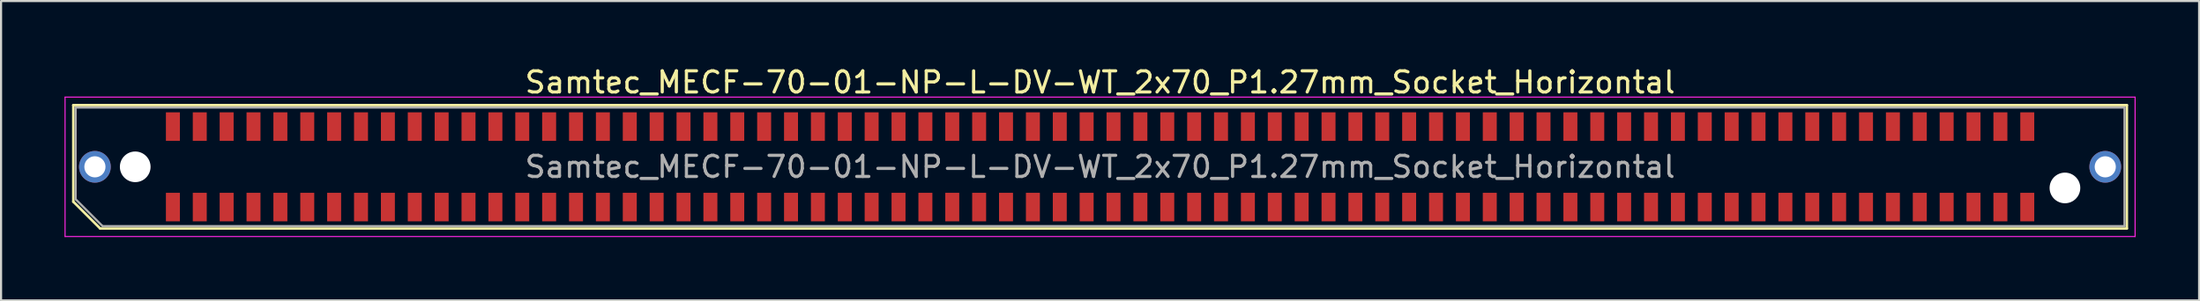
<source format=kicad_pcb>
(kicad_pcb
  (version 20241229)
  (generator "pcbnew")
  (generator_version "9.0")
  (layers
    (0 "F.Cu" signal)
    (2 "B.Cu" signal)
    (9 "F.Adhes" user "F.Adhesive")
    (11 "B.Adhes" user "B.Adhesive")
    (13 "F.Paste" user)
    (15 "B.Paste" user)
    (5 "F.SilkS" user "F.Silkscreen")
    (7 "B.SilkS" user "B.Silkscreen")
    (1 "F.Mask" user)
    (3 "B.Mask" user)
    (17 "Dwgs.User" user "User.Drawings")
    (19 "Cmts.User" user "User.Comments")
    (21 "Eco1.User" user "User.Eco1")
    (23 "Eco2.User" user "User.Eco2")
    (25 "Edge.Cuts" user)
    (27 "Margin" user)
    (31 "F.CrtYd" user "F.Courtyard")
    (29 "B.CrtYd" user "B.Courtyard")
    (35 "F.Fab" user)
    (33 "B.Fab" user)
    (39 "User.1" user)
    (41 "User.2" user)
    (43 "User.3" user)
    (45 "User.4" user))
  (footprint "Samtec_MECF-70-01-NP-L-DV-WT_2x70_P1.27mm_Socket_Horizontal"
    (layer "F.Cu")
    (at 48.935 4.848)
    (property "Reference" "Samtec_MECF-70-01-NP-L-DV-WT_2x70_P1.27mm_Socket_Horizontal" (at 0 -4 0) (layer "F.SilkS") (effects (font (size 1 1) (thickness 0.15))))
    (attr smd)
    (fp_line (start -48.52 -2.92) (end 48.52 -2.92) (stroke (width 0.12) (type solid)) (layer "F.SilkS"))
    (fp_line (start -48.52 1.65) (end -48.52 -2.92) (stroke (width 0.12) (type solid)) (layer "F.SilkS"))
    (fp_line (start -47.25 2.92) (end -48.52 1.65) (stroke (width 0.12) (type solid)) (layer "F.SilkS"))
    (fp_line (start -47.25 2.92) (end 48.52 2.92) (stroke (width 0.12) (type solid)) (layer "F.SilkS"))
    (fp_line (start 48.52 2.92) (end 48.52 -2.92) (stroke (width 0.12) (type solid)) (layer "F.SilkS"))
    (fp_line (start -48.91 -3.3) (end -48.91 3.3) (stroke (width 0.05) (type solid)) (layer "F.CrtYd"))
    (fp_line (start -48.91 3.3) (end 48.91 3.3) (stroke (width 0.05) (type solid)) (layer "F.CrtYd"))
    (fp_line (start 48.91 -3.3) (end -48.91 -3.3) (stroke (width 0.05) (type solid)) (layer "F.CrtYd"))
    (fp_line (start 48.91 3.3) (end 48.91 -3.3) (stroke (width 0.05) (type solid)) (layer "F.CrtYd"))
    (fp_line (start -48.41 -2.805) (end 48.41 -2.805) (stroke (width 0.1) (type solid)) (layer "F.Fab"))
    (fp_line (start -48.41 1.535) (end -48.41 -2.805) (stroke (width 0.1) (type solid)) (layer "F.Fab"))
    (fp_line (start -48.41 1.535) (end -47.14 2.805) (stroke (width 0.1) (type solid)) (layer "F.Fab"))
    (fp_line (start -47.14 2.805) (end 48.41 2.805) (stroke (width 0.1) (type solid)) (layer "F.Fab"))
    (fp_line (start 48.41 2.805) (end 48.41 -2.805) (stroke (width 0.1) (type solid)) (layer "F.Fab"))
    (fp_text user "${REFERENCE}" (at 0 0 0) (layer "F.Fab") (effects (font (size 1 1) (thickness 0.15))))
    (pad "" thru_hole circle (at -47.5 0) (size 1.5 1.5) (drill 1) (layers "*.Cu" "*.Mask"))
    (pad "" np_thru_hole circle (at -45.595 0) (size 1.45 1.45) (drill 1.45) (layers "*.Cu" "*.Mask"))
    (pad "" np_thru_hole circle (at 45.595 1) (size 1.45 1.45) (drill 1.45) (layers "*.Cu" "*.Mask"))
    (pad "" thru_hole circle (at 47.5 0) (size 1.5 1.5) (drill 1) (layers "*.Cu" "*.Mask"))
    (pad "1" smd rect (at -43.815 1.905) (size 0.66 1.35) (layers "F.Cu" "F.Mask" "F.Paste"))
    (pad "2" smd rect (at -43.815 -1.905) (size 0.66 1.35) (layers "F.Cu" "F.Mask" "F.Paste"))
    (pad "3" smd rect (at -42.545 1.905) (size 0.66 1.35) (layers "F.Cu" "F.Mask" "F.Paste"))
    (pad "4" smd rect (at -42.545 -1.905) (size 0.66 1.35) (layers "F.Cu" "F.Mask" "F.Paste"))
    (pad "5" smd rect (at -41.275 1.905) (size 0.66 1.35) (layers "F.Cu" "F.Mask" "F.Paste"))
    (pad "6" smd rect (at -41.275 -1.905) (size 0.66 1.35) (layers "F.Cu" "F.Mask" "F.Paste"))
    (pad "7" smd rect (at -40.005 1.905) (size 0.66 1.35) (layers "F.Cu" "F.Mask" "F.Paste"))
    (pad "8" smd rect (at -40.005 -1.905) (size 0.66 1.35) (layers "F.Cu" "F.Mask" "F.Paste"))
    (pad "9" smd rect (at -38.735 1.905) (size 0.66 1.35) (layers "F.Cu" "F.Mask" "F.Paste"))
    (pad "10" smd rect (at -38.735 -1.905) (size 0.66 1.35) (layers "F.Cu" "F.Mask" "F.Paste"))
    (pad "11" smd rect (at -37.465 1.905) (size 0.66 1.35) (layers "F.Cu" "F.Mask" "F.Paste"))
    (pad "12" smd rect (at -37.465 -1.905) (size 0.66 1.35) (layers "F.Cu" "F.Mask" "F.Paste"))
    (pad "13" smd rect (at -36.195 1.905) (size 0.66 1.35) (layers "F.Cu" "F.Mask" "F.Paste"))
    (pad "14" smd rect (at -36.195 -1.905) (size 0.66 1.35) (layers "F.Cu" "F.Mask" "F.Paste"))
    (pad "15" smd rect (at -34.925 1.905) (size 0.66 1.35) (layers "F.Cu" "F.Mask" "F.Paste"))
    (pad "16" smd rect (at -34.925 -1.905) (size 0.66 1.35) (layers "F.Cu" "F.Mask" "F.Paste"))
    (pad "17" smd rect (at -33.655 1.905) (size 0.66 1.35) (layers "F.Cu" "F.Mask" "F.Paste"))
    (pad "18" smd rect (at -33.655 -1.905) (size 0.66 1.35) (layers "F.Cu" "F.Mask" "F.Paste"))
    (pad "19" smd rect (at -32.385 1.905) (size 0.66 1.35) (layers "F.Cu" "F.Mask" "F.Paste"))
    (pad "20" smd rect (at -32.385 -1.905) (size 0.66 1.35) (layers "F.Cu" "F.Mask" "F.Paste"))
    (pad "21" smd rect (at -31.115 1.905) (size 0.66 1.35) (layers "F.Cu" "F.Mask" "F.Paste"))
    (pad "22" smd rect (at -31.115 -1.905) (size 0.66 1.35) (layers "F.Cu" "F.Mask" "F.Paste"))
    (pad "23" smd rect (at -29.845 1.905) (size 0.66 1.35) (layers "F.Cu" "F.Mask" "F.Paste"))
    (pad "24" smd rect (at -29.845 -1.905) (size 0.66 1.35) (layers "F.Cu" "F.Mask" "F.Paste"))
    (pad "25" smd rect (at -28.575 1.905) (size 0.66 1.35) (layers "F.Cu" "F.Mask" "F.Paste"))
    (pad "26" smd rect (at -28.575 -1.905) (size 0.66 1.35) (layers "F.Cu" "F.Mask" "F.Paste"))
    (pad "27" smd rect (at -27.305 1.905) (size 0.66 1.35) (layers "F.Cu" "F.Mask" "F.Paste"))
    (pad "28" smd rect (at -27.305 -1.905) (size 0.66 1.35) (layers "F.Cu" "F.Mask" "F.Paste"))
    (pad "29" smd rect (at -26.035 1.905) (size 0.66 1.35) (layers "F.Cu" "F.Mask" "F.Paste"))
    (pad "30" smd rect (at -26.035 -1.905) (size 0.66 1.35) (layers "F.Cu" "F.Mask" "F.Paste"))
    (pad "31" smd rect (at -24.765 1.905) (size 0.66 1.35) (layers "F.Cu" "F.Mask" "F.Paste"))
    (pad "32" smd rect (at -24.765 -1.905) (size 0.66 1.35) (layers "F.Cu" "F.Mask" "F.Paste"))
    (pad "33" smd rect (at -23.495 1.905) (size 0.66 1.35) (layers "F.Cu" "F.Mask" "F.Paste"))
    (pad "34" smd rect (at -23.495 -1.905) (size 0.66 1.35) (layers "F.Cu" "F.Mask" "F.Paste"))
    (pad "35" smd rect (at -22.225 1.905) (size 0.66 1.35) (layers "F.Cu" "F.Mask" "F.Paste"))
    (pad "36" smd rect (at -22.225 -1.905) (size 0.66 1.35) (layers "F.Cu" "F.Mask" "F.Paste"))
    (pad "37" smd rect (at -20.955 1.905) (size 0.66 1.35) (layers "F.Cu" "F.Mask" "F.Paste"))
    (pad "38" smd rect (at -20.955 -1.905) (size 0.66 1.35) (layers "F.Cu" "F.Mask" "F.Paste"))
    (pad "39" smd rect (at -19.685 1.905) (size 0.66 1.35) (layers "F.Cu" "F.Mask" "F.Paste"))
    (pad "40" smd rect (at -19.685 -1.905) (size 0.66 1.35) (layers "F.Cu" "F.Mask" "F.Paste"))
    (pad "41" smd rect (at -18.415 1.905) (size 0.66 1.35) (layers "F.Cu" "F.Mask" "F.Paste"))
    (pad "42" smd rect (at -18.415 -1.905) (size 0.66 1.35) (layers "F.Cu" "F.Mask" "F.Paste"))
    (pad "43" smd rect (at -17.145 1.905) (size 0.66 1.35) (layers "F.Cu" "F.Mask" "F.Paste"))
    (pad "44" smd rect (at -17.145 -1.905) (size 0.66 1.35) (layers "F.Cu" "F.Mask" "F.Paste"))
    (pad "45" smd rect (at -15.875 1.905) (size 0.66 1.35) (layers "F.Cu" "F.Mask" "F.Paste"))
    (pad "46" smd rect (at -15.875 -1.905) (size 0.66 1.35) (layers "F.Cu" "F.Mask" "F.Paste"))
    (pad "47" smd rect (at -14.605 1.905) (size 0.66 1.35) (layers "F.Cu" "F.Mask" "F.Paste"))
    (pad "48" smd rect (at -14.605 -1.905) (size 0.66 1.35) (layers "F.Cu" "F.Mask" "F.Paste"))
    (pad "49" smd rect (at -13.335 1.905) (size 0.66 1.35) (layers "F.Cu" "F.Mask" "F.Paste"))
    (pad "50" smd rect (at -13.335 -1.905) (size 0.66 1.35) (layers "F.Cu" "F.Mask" "F.Paste"))
    (pad "51" smd rect (at -12.065 1.905) (size 0.66 1.35) (layers "F.Cu" "F.Mask" "F.Paste"))
    (pad "52" smd rect (at -12.065 -1.905) (size 0.66 1.35) (layers "F.Cu" "F.Mask" "F.Paste"))
    (pad "53" smd rect (at -10.795 1.905) (size 0.66 1.35) (layers "F.Cu" "F.Mask" "F.Paste"))
    (pad "54" smd rect (at -10.795 -1.905) (size 0.66 1.35) (layers "F.Cu" "F.Mask" "F.Paste"))
    (pad "55" smd rect (at -9.525 1.905) (size 0.66 1.35) (layers "F.Cu" "F.Mask" "F.Paste"))
    (pad "56" smd rect (at -9.525 -1.905) (size 0.66 1.35) (layers "F.Cu" "F.Mask" "F.Paste"))
    (pad "57" smd rect (at -8.255 1.905) (size 0.66 1.35) (layers "F.Cu" "F.Mask" "F.Paste"))
    (pad "58" smd rect (at -8.255 -1.905) (size 0.66 1.35) (layers "F.Cu" "F.Mask" "F.Paste"))
    (pad "59" smd rect (at -6.985 1.905) (size 0.66 1.35) (layers "F.Cu" "F.Mask" "F.Paste"))
    (pad "60" smd rect (at -6.985 -1.905) (size 0.66 1.35) (layers "F.Cu" "F.Mask" "F.Paste"))
    (pad "61" smd rect (at -5.715 1.905) (size 0.66 1.35) (layers "F.Cu" "F.Mask" "F.Paste"))
    (pad "62" smd rect (at -5.715 -1.905) (size 0.66 1.35) (layers "F.Cu" "F.Mask" "F.Paste"))
    (pad "63" smd rect (at -4.445 1.905) (size 0.66 1.35) (layers "F.Cu" "F.Mask" "F.Paste"))
    (pad "64" smd rect (at -4.445 -1.905) (size 0.66 1.35) (layers "F.Cu" "F.Mask" "F.Paste"))
    (pad "65" smd rect (at -3.175 1.905) (size 0.66 1.35) (layers "F.Cu" "F.Mask" "F.Paste"))
    (pad "66" smd rect (at -3.175 -1.905) (size 0.66 1.35) (layers "F.Cu" "F.Mask" "F.Paste"))
    (pad "67" smd rect (at -1.905 1.905) (size 0.66 1.35) (layers "F.Cu" "F.Mask" "F.Paste"))
    (pad "68" smd rect (at -1.905 -1.905) (size 0.66 1.35) (layers "F.Cu" "F.Mask" "F.Paste"))
    (pad "69" smd rect (at -0.635 1.905) (size 0.66 1.35) (layers "F.Cu" "F.Mask" "F.Paste"))
    (pad "70" smd rect (at -0.635 -1.905) (size 0.66 1.35) (layers "F.Cu" "F.Mask" "F.Paste"))
    (pad "71" smd rect (at 0.635 1.905) (size 0.66 1.35) (layers "F.Cu" "F.Mask" "F.Paste"))
    (pad "72" smd rect (at 0.635 -1.905) (size 0.66 1.35) (layers "F.Cu" "F.Mask" "F.Paste"))
    (pad "73" smd rect (at 1.905 1.905) (size 0.66 1.35) (layers "F.Cu" "F.Mask" "F.Paste"))
    (pad "74" smd rect (at 1.905 -1.905) (size 0.66 1.35) (layers "F.Cu" "F.Mask" "F.Paste"))
    (pad "75" smd rect (at 3.175 1.905) (size 0.66 1.35) (layers "F.Cu" "F.Mask" "F.Paste"))
    (pad "76" smd rect (at 3.175 -1.905) (size 0.66 1.35) (layers "F.Cu" "F.Mask" "F.Paste"))
    (pad "77" smd rect (at 4.445 1.905) (size 0.66 1.35) (layers "F.Cu" "F.Mask" "F.Paste"))
    (pad "78" smd rect (at 4.445 -1.905) (size 0.66 1.35) (layers "F.Cu" "F.Mask" "F.Paste"))
    (pad "79" smd rect (at 5.715 1.905) (size 0.66 1.35) (layers "F.Cu" "F.Mask" "F.Paste"))
    (pad "80" smd rect (at 5.715 -1.905) (size 0.66 1.35) (layers "F.Cu" "F.Mask" "F.Paste"))
    (pad "81" smd rect (at 6.985 1.905) (size 0.66 1.35) (layers "F.Cu" "F.Mask" "F.Paste"))
    (pad "82" smd rect (at 6.985 -1.905) (size 0.66 1.35) (layers "F.Cu" "F.Mask" "F.Paste"))
    (pad "83" smd rect (at 8.255 1.905) (size 0.66 1.35) (layers "F.Cu" "F.Mask" "F.Paste"))
    (pad "84" smd rect (at 8.255 -1.905) (size 0.66 1.35) (layers "F.Cu" "F.Mask" "F.Paste"))
    (pad "85" smd rect (at 9.525 1.905) (size 0.66 1.35) (layers "F.Cu" "F.Mask" "F.Paste"))
    (pad "86" smd rect (at 9.525 -1.905) (size 0.66 1.35) (layers "F.Cu" "F.Mask" "F.Paste"))
    (pad "87" smd rect (at 10.795 1.905) (size 0.66 1.35) (layers "F.Cu" "F.Mask" "F.Paste"))
    (pad "88" smd rect (at 10.795 -1.905) (size 0.66 1.35) (layers "F.Cu" "F.Mask" "F.Paste"))
    (pad "89" smd rect (at 12.065 1.905) (size 0.66 1.35) (layers "F.Cu" "F.Mask" "F.Paste"))
    (pad "90" smd rect (at 12.065 -1.905) (size 0.66 1.35) (layers "F.Cu" "F.Mask" "F.Paste"))
    (pad "91" smd rect (at 13.335 1.905) (size 0.66 1.35) (layers "F.Cu" "F.Mask" "F.Paste"))
    (pad "92" smd rect (at 13.335 -1.905) (size 0.66 1.35) (layers "F.Cu" "F.Mask" "F.Paste"))
    (pad "93" smd rect (at 14.605 1.905) (size 0.66 1.35) (layers "F.Cu" "F.Mask" "F.Paste"))
    (pad "94" smd rect (at 14.605 -1.905) (size 0.66 1.35) (layers "F.Cu" "F.Mask" "F.Paste"))
    (pad "95" smd rect (at 15.875 1.905) (size 0.66 1.35) (layers "F.Cu" "F.Mask" "F.Paste"))
    (pad "96" smd rect (at 15.875 -1.905) (size 0.66 1.35) (layers "F.Cu" "F.Mask" "F.Paste"))
    (pad "97" smd rect (at 17.145 1.905) (size 0.66 1.35) (layers "F.Cu" "F.Mask" "F.Paste"))
    (pad "98" smd rect (at 17.145 -1.905) (size 0.66 1.35) (layers "F.Cu" "F.Mask" "F.Paste"))
    (pad "99" smd rect (at 18.415 1.905) (size 0.66 1.35) (layers "F.Cu" "F.Mask" "F.Paste"))
    (pad "100" smd rect (at 18.415 -1.905) (size 0.66 1.35) (layers "F.Cu" "F.Mask" "F.Paste"))
    (pad "101" smd rect (at 19.685 1.905) (size 0.66 1.35) (layers "F.Cu" "F.Mask" "F.Paste"))
    (pad "102" smd rect (at 19.685 -1.905) (size 0.66 1.35) (layers "F.Cu" "F.Mask" "F.Paste"))
    (pad "103" smd rect (at 20.955 1.905) (size 0.66 1.35) (layers "F.Cu" "F.Mask" "F.Paste"))
    (pad "104" smd rect (at 20.955 -1.905) (size 0.66 1.35) (layers "F.Cu" "F.Mask" "F.Paste"))
    (pad "105" smd rect (at 22.225 1.905) (size 0.66 1.35) (layers "F.Cu" "F.Mask" "F.Paste"))
    (pad "106" smd rect (at 22.225 -1.905) (size 0.66 1.35) (layers "F.Cu" "F.Mask" "F.Paste"))
    (pad "107" smd rect (at 23.495 1.905) (size 0.66 1.35) (layers "F.Cu" "F.Mask" "F.Paste"))
    (pad "108" smd rect (at 23.495 -1.905) (size 0.66 1.35) (layers "F.Cu" "F.Mask" "F.Paste"))
    (pad "109" smd rect (at 24.765 1.905) (size 0.66 1.35) (layers "F.Cu" "F.Mask" "F.Paste"))
    (pad "110" smd rect (at 24.765 -1.905) (size 0.66 1.35) (layers "F.Cu" "F.Mask" "F.Paste"))
    (pad "111" smd rect (at 26.035 1.905) (size 0.66 1.35) (layers "F.Cu" "F.Mask" "F.Paste"))
    (pad "112" smd rect (at 26.035 -1.905) (size 0.66 1.35) (layers "F.Cu" "F.Mask" "F.Paste"))
    (pad "113" smd rect (at 27.305 1.905) (size 0.66 1.35) (layers "F.Cu" "F.Mask" "F.Paste"))
    (pad "114" smd rect (at 27.305 -1.905) (size 0.66 1.35) (layers "F.Cu" "F.Mask" "F.Paste"))
    (pad "115" smd rect (at 28.575 1.905) (size 0.66 1.35) (layers "F.Cu" "F.Mask" "F.Paste"))
    (pad "116" smd rect (at 28.575 -1.905) (size 0.66 1.35) (layers "F.Cu" "F.Mask" "F.Paste"))
    (pad "117" smd rect (at 29.845 1.905) (size 0.66 1.35) (layers "F.Cu" "F.Mask" "F.Paste"))
    (pad "118" smd rect (at 29.845 -1.905) (size 0.66 1.35) (layers "F.Cu" "F.Mask" "F.Paste"))
    (pad "119" smd rect (at 31.115 1.905) (size 0.66 1.35) (layers "F.Cu" "F.Mask" "F.Paste"))
    (pad "120" smd rect (at 31.115 -1.905) (size 0.66 1.35) (layers "F.Cu" "F.Mask" "F.Paste"))
    (pad "121" smd rect (at 32.385 1.905) (size 0.66 1.35) (layers "F.Cu" "F.Mask" "F.Paste"))
    (pad "122" smd rect (at 32.385 -1.905) (size 0.66 1.35) (layers "F.Cu" "F.Mask" "F.Paste"))
    (pad "123" smd rect (at 33.655 1.905) (size 0.66 1.35) (layers "F.Cu" "F.Mask" "F.Paste"))
    (pad "124" smd rect (at 33.655 -1.905) (size 0.66 1.35) (layers "F.Cu" "F.Mask" "F.Paste"))
    (pad "125" smd rect (at 34.925 1.905) (size 0.66 1.35) (layers "F.Cu" "F.Mask" "F.Paste"))
    (pad "126" smd rect (at 34.925 -1.905) (size 0.66 1.35) (layers "F.Cu" "F.Mask" "F.Paste"))
    (pad "127" smd rect (at 36.195 1.905) (size 0.66 1.35) (layers "F.Cu" "F.Mask" "F.Paste"))
    (pad "128" smd rect (at 36.195 -1.905) (size 0.66 1.35) (layers "F.Cu" "F.Mask" "F.Paste"))
    (pad "129" smd rect (at 37.465 1.905) (size 0.66 1.35) (layers "F.Cu" "F.Mask" "F.Paste"))
    (pad "130" smd rect (at 37.465 -1.905) (size 0.66 1.35) (layers "F.Cu" "F.Mask" "F.Paste"))
    (pad "131" smd rect (at 38.735 1.905) (size 0.66 1.35) (layers "F.Cu" "F.Mask" "F.Paste"))
    (pad "132" smd rect (at 38.735 -1.905) (size 0.66 1.35) (layers "F.Cu" "F.Mask" "F.Paste"))
    (pad "133" smd rect (at 40.005 1.905) (size 0.66 1.35) (layers "F.Cu" "F.Mask" "F.Paste"))
    (pad "134" smd rect (at 40.005 -1.905) (size 0.66 1.35) (layers "F.Cu" "F.Mask" "F.Paste"))
    (pad "135" smd rect (at 41.275 1.905) (size 0.66 1.35) (layers "F.Cu" "F.Mask" "F.Paste"))
    (pad "136" smd rect (at 41.275 -1.905) (size 0.66 1.35) (layers "F.Cu" "F.Mask" "F.Paste"))
    (pad "137" smd rect (at 42.545 1.905) (size 0.66 1.35) (layers "F.Cu" "F.Mask" "F.Paste"))
    (pad "138" smd rect (at 42.545 -1.905) (size 0.66 1.35) (layers "F.Cu" "F.Mask" "F.Paste"))
    (pad "139" smd rect (at 43.815 1.905) (size 0.66 1.35) (layers "F.Cu" "F.Mask" "F.Paste"))
    (pad "140" smd rect (at 43.815 -1.905) (size 0.66 1.35) (layers "F.Cu" "F.Mask" "F.Paste")))
  (gr_rect
    (start -3 -3)
    (end 100.87 11.173)
    (stroke (width 0.1) (type default))
    (fill no)
    (layer "Edge.Cuts")))
</source>
